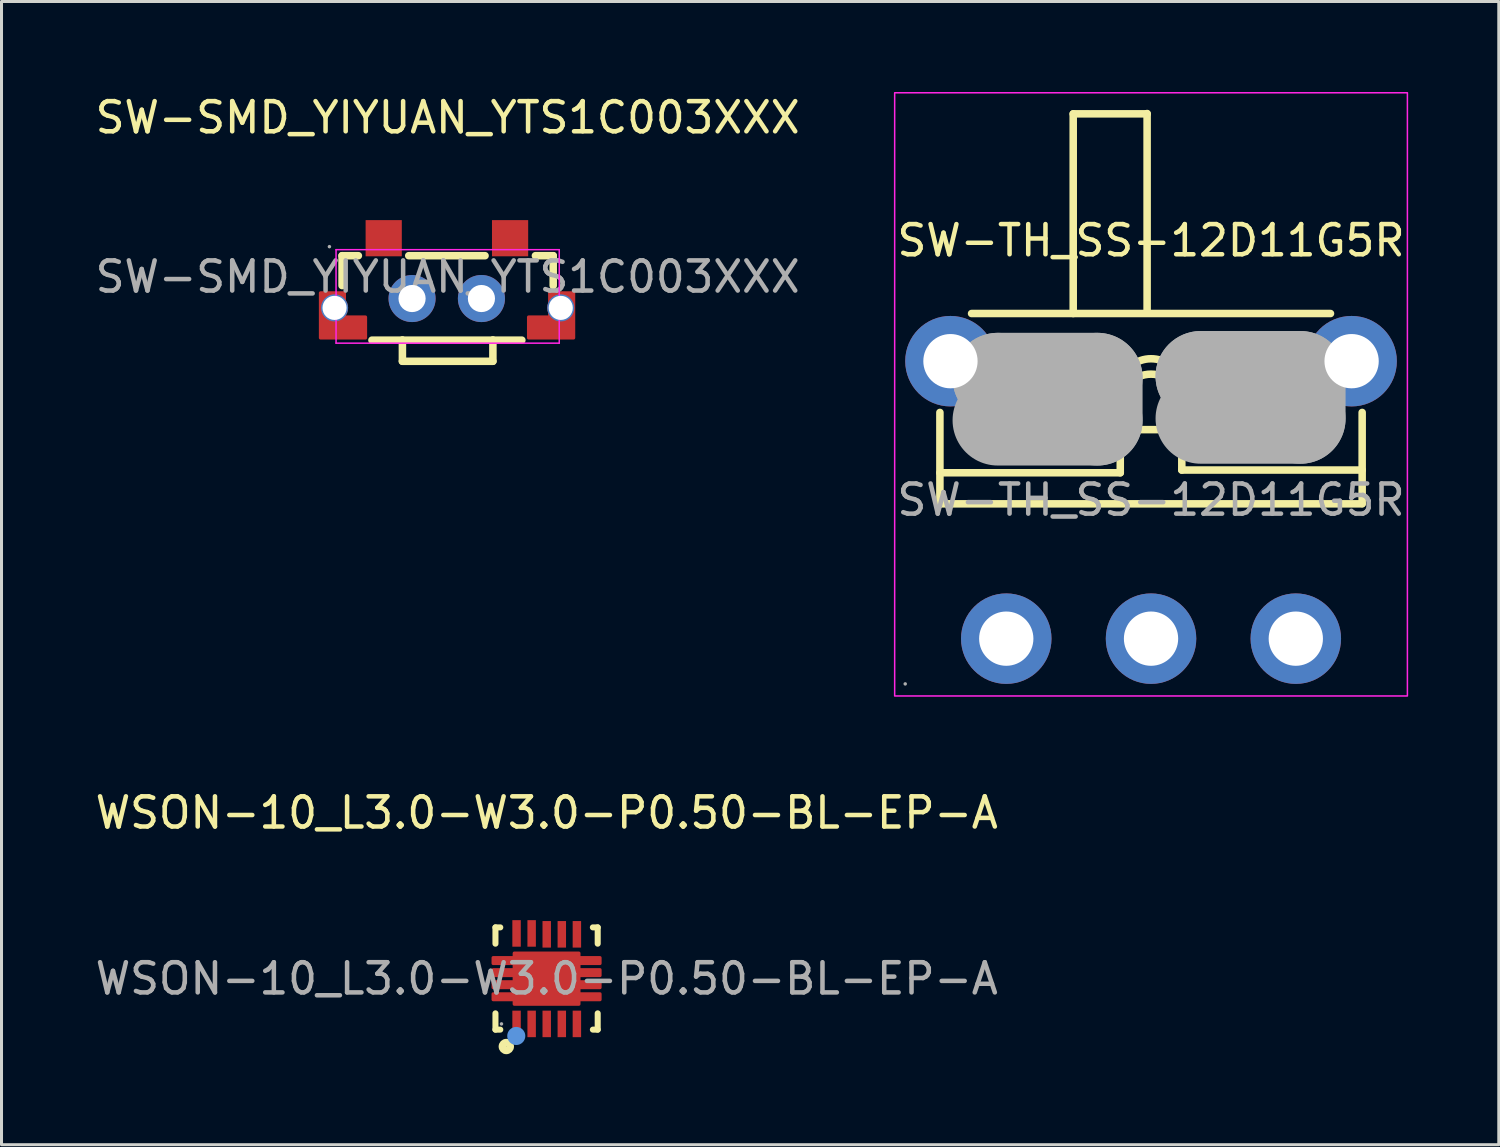
<source format=kicad_pcb>
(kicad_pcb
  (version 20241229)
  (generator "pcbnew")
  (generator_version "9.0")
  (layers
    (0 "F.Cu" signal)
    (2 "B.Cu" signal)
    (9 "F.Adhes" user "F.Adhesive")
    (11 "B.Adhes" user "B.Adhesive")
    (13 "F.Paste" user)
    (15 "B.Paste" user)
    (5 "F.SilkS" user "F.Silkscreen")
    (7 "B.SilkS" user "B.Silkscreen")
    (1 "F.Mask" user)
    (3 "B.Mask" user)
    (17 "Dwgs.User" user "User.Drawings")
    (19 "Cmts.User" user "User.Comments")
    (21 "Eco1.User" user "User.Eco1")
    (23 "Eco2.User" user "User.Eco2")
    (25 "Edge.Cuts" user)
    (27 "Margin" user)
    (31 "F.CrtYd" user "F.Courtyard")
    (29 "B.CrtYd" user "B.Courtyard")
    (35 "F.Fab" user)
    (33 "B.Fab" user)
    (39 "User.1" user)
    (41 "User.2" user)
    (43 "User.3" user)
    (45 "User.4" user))
  (footprint "SW-TH_SS-12D11G5R"
    (layer "F.Cu")
    (at 35.113 13.525)
    (property "Reference" "SW-TH_SS-12D11G5R" (at 0 -8.6 0) (layer "F.SilkS") (effects (font (size 1 1) (thickness 0.15))))
    (attr through_hole)
    (fp_line (start -7 -0.9) (end -1.02 -0.9) (stroke (width 0.25) (type solid)) (layer "F.SilkS"))
    (fp_line (start -7 0.13) (end -7 -2.9) (stroke (width 0.25) (type solid)) (layer "F.SilkS"))
    (fp_line (start -5.95 -6.18) (end 5.95 -6.18) (stroke (width 0.25) (type solid)) (layer "F.SilkS"))
    (fp_line (start -2.58 -12.8) (end -0.13 -12.8) (stroke (width 0.25) (type solid)) (layer "F.SilkS"))
    (fp_line (start -2.58 -6.18) (end -2.58 -12.8) (stroke (width 0.25) (type solid)) (layer "F.SilkS"))
    (fp_line (start -1.02 -3.91) (end -1.02 -3.91) (stroke (width 0.25) (type solid)) (layer "F.SilkS"))
    (fp_line (start -1.02 -2.92) (end -1.02 -3.91) (stroke (width 0.25) (type solid)) (layer "F.SilkS"))
    (fp_line (start -1.02 -2.33) (end 1.02 -2.33) (stroke (width 0.25) (type solid)) (layer "F.SilkS"))
    (fp_line (start -1.02 -0.9) (end -1.02 -3.15) (stroke (width 0.25) (type solid)) (layer "F.SilkS"))
    (fp_line (start -0.13 -6.19) (end -0.13 -12.81) (stroke (width 0.25) (type solid)) (layer "F.SilkS"))
    (fp_line (start 1.02 -3.15) (end 1.02 -0.99) (stroke (width 0.25) (type solid)) (layer "F.SilkS"))
    (fp_line (start 1.02 -2.92) (end 1.02 -3.91) (stroke (width 0.25) (type solid)) (layer "F.SilkS"))
    (fp_line (start 1.02 -0.99) (end 7 -0.99) (stroke (width 0.25) (type solid)) (layer "F.SilkS"))
    (fp_line (start 7 -2.9) (end 7 0.12) (stroke (width 0.25) (type solid)) (layer "F.SilkS"))
    (fp_line (start 7 0.13) (end -7 0.13) (stroke (width 0.25) (type solid)) (layer "F.SilkS"))
    (fp_arc (start -1.020818 -3.907108) (mid -0.001503 -4.680424) (end 1.02 -3.91) (stroke (width 0.25) (type solid)) (layer "F.SilkS"))
    (fp_arc (start -1.02 -3.15) (mid 0 -4.17) (end 1.02 -3.15) (stroke (width 0.25) (type solid)) (layer "F.SilkS"))
    (fp_rect (start -8.5 -13.5) (end 8.5 6.5) (stroke (width 0.05) (type default)) (fill no) (layer "F.CrtYd"))
    (fp_line (start -5.08 -4.04) (end -5.08 -4.04) (stroke (width 3) (type solid)) (layer "F.Fab"))
    (fp_line (start -5.08 -4.04) (end -1.78 -4.04) (stroke (width 3) (type solid)) (layer "F.Fab"))
    (fp_line (start -1.78 -4.04) (end -1.78 -2.64) (stroke (width 3) (type solid)) (layer "F.Fab"))
    (fp_line (start -1.78 -2.64) (end -5.08 -2.64) (stroke (width 3) (type solid)) (layer "F.Fab"))
    (fp_line (start 1.65 -4.1) (end 1.65 -4.1) (stroke (width 3) (type solid)) (layer "F.Fab"))
    (fp_line (start 1.65 -4.1) (end 4.95 -4.1) (stroke (width 3) (type solid)) (layer "F.Fab"))
    (fp_line (start 4.95 -4.1) (end 4.95 -2.7) (stroke (width 3) (type solid)) (layer "F.Fab"))
    (fp_line (start 4.95 -2.7) (end 1.65 -2.7) (stroke (width 3) (type solid)) (layer "F.Fab"))
    (fp_circle (center -8.15 6.1) (end -8.12 6.1) (stroke (width 0.06) (type solid)) (fill no) (layer "F.Fab"))
    (fp_circle (center -6.65 -4.6) (end -6.25 -4.6) (stroke (width 0.8) (type solid)) (fill no) (layer "F.Fab"))
    (fp_circle (center -4.8 4.6) (end -4.4 4.6) (stroke (width 0.8) (type solid)) (fill no) (layer "F.Fab"))
    (fp_circle (center 0 4.6) (end 0.4 4.6) (stroke (width 0.8) (type solid)) (fill no) (layer "F.Fab"))
    (fp_circle (center 4.8 4.6) (end 5.2 4.6) (stroke (width 0.8) (type solid)) (fill no) (layer "F.Fab"))
    (fp_circle (center 6.65 -4.6) (end 7.05 -4.6) (stroke (width 0.8) (type solid)) (fill no) (layer "F.Fab"))
    (fp_text user "${REFERENCE}" (at 0 0 0) (layer "F.Fab") (effects (font (size 1 1) (thickness 0.15))))
    (pad "1" thru_hole circle (at -4.8 4.6) (size 3 3) (drill 1.8) (layers "*.Cu" "*.Mask"))
    (pad "2" thru_hole circle (at 0 4.6) (size 3 3) (drill 1.8) (layers "*.Cu" "*.Mask"))
    (pad "3" thru_hole circle (at 4.8 4.6) (size 3 3) (drill 1.8) (layers "*.Cu" "*.Mask"))
    (pad "4" thru_hole circle (at 6.65 -4.6) (size 3 3) (drill 1.8) (layers "*.Cu" "*.Mask"))
    (pad "5" thru_hole circle (at -6.65 -4.6) (size 3 3) (drill 1.8) (layers "*.Cu" "*.Mask")))
  (footprint "WSON-10_L3.0-W3.0-P0.50-BL-EP-A"
    (layer "F.Cu")
    (at 15.077 29.398)
    (property "Reference" "WSON-10_L3.0-W3.0-P0.50-BL-EP-A" (at 0 -5.5 0) (layer "F.SilkS") (effects (font (size 1 1) (thickness 0.15))))
    (attr smd)
    (fp_line (start -1.7 -1.7) (end -1.54 -1.7) (stroke (width 0.2) (type solid)) (layer "F.SilkS"))
    (fp_line (start -1.7 -1.16) (end -1.7 -1.7) (stroke (width 0.2) (type solid)) (layer "F.SilkS"))
    (fp_line (start -1.7 1.69) (end -1.7 1.15) (stroke (width 0.2) (type solid)) (layer "F.SilkS"))
    (fp_line (start -1.54 1.69) (end -1.7 1.69) (stroke (width 0.2) (type solid)) (layer "F.SilkS"))
    (fp_line (start 1.69 -1.7) (end 1.53 -1.7) (stroke (width 0.2) (type solid)) (layer "F.SilkS"))
    (fp_line (start 1.69 -1.16) (end 1.69 -1.7) (stroke (width 0.2) (type solid)) (layer "F.SilkS"))
    (fp_line (start 1.69 1.15) (end 1.69 1.69) (stroke (width 0.2) (type solid)) (layer "F.SilkS"))
    (fp_line (start 1.69 1.69) (end 1.53 1.69) (stroke (width 0.2) (type solid)) (layer "F.SilkS"))
    (fp_circle (center -1.34 2.25) (end -1.21 2.25) (stroke (width 0.25) (type solid)) (fill no) (layer "F.SilkS"))
    (fp_circle (center -1.01 1.9) (end -0.86 1.9) (stroke (width 0.3) (type solid)) (fill no) (layer "Cmts.User"))
    (fp_circle (center -1.5 1.5) (end -1.47 1.5) (stroke (width 0.06) (type solid)) (fill no) (layer "F.Fab"))
    (fp_text user "${REFERENCE}" (at 0 0 0) (layer "F.Fab") (effects (font (size 1 1) (thickness 0.15))))
    (pad "1" smd rect (at -1 1.5) (size 0.28 0.88) (layers "F.Cu" "F.Mask" "F.Paste"))
    (pad "2" smd rect (at -0.5 1.5) (size 0.28 0.88) (layers "F.Cu" "F.Mask" "F.Paste"))
    (pad "3" smd rect (at 0 1.5) (size 0.28 0.88) (layers "F.Cu" "F.Mask" "F.Paste"))
    (pad "4" smd rect (at 0.5 1.5) (size 0.28 0.88) (layers "F.Cu" "F.Mask" "F.Paste"))
    (pad "5" smd rect (at 1 1.5) (size 0.28 0.88) (layers "F.Cu" "F.Mask" "F.Paste"))
    (pad "6" smd rect (at 1 -1.47) (size 0.28 0.88) (layers "F.Cu" "F.Mask" "F.Paste"))
    (pad "7" smd rect (at 0.5 -1.47) (size 0.28 0.88) (layers "F.Cu" "F.Mask" "F.Paste"))
    (pad "8" smd rect (at 0 -1.47) (size 0.28 0.88) (layers "F.Cu" "F.Mask" "F.Paste"))
    (pad "9" smd rect (at -0.5 -1.5) (size 0.28 0.88) (layers "F.Cu" "F.Mask" "F.Paste"))
    (pad "10" smd rect (at -1 -1.5) (size 0.28 0.88) (layers "F.Cu" "F.Mask" "F.Paste"))
    (pad "11" smd custom (at 0 0) (size 0.01 0.01) (layers "F.Cu" "F.Mask" "F.Paste") (options (anchor circle)) (primitives (gr_poly (pts (xy 1.07 -0.7) (xy 1.07 -0.85) (xy -1.08 -0.85) (xy -1.08 -0.7) (xy -1.78 -0.7) (xy -1.78 -0.5) (xy -1.08 -0.5) (xy -1.08 -0.3) (xy -1.78 -0.3) (xy -1.78 -0.1) (xy -1.08 -0.1) (xy -1.08 0.1) (xy -1.78 0.1) (xy -1.78 0.3) (xy -1.08 0.3) (xy -1.08 0.5) (xy -1.78 0.5) (xy -1.78 0.7) (xy -1.08 0.7) (xy -1.08 0.85) (xy 1.07 0.85) (xy 1.07 0.7) (xy 1.77 0.7) (xy 1.77 0.5) (xy 1.07 0.5) (xy 1.07 0.3) (xy 1.77 0.3) (xy 1.77 0.1) (xy 1.07 0.1) (xy 1.07 -0.1) (xy 1.77 -0.1) (xy 1.77 -0.3) (xy 1.07 -0.3) (xy 1.07 -0.5) (xy 1.77 -0.5) (xy 1.77 -0.7)) (width 0.1) (fill yes)))))
  (footprint "SW-SMD_YIYUAN_YTS1C003XXX"
    (layer "F.Cu")
    (at 11.792 6.128)
    (property "Reference" "SW-SMD_YIYUAN_YTS1C003XXX" (at 0 -5.28 0) (layer "F.SilkS") (effects (font (size 1 1) (thickness 0.15))))
    (attr smd)
    (fp_line (start -3.5 -0.7) (end -3.5 0.29) (stroke (width 0.25) (type solid)) (layer "F.SilkS"))
    (fp_line (start -2.96 -0.7) (end -3.5 -0.7) (stroke (width 0.25) (type solid)) (layer "F.SilkS"))
    (fp_line (start -1.5 2.1) (end -2.51 2.1) (stroke (width 0.25) (type solid)) (layer "F.SilkS"))
    (fp_line (start -1.5 2.1) (end -1.5 2.8) (stroke (width 0.25) (type solid)) (layer "F.SilkS"))
    (fp_line (start -1.5 2.8) (end 1.5 2.8) (stroke (width 0.25) (type solid)) (layer "F.SilkS"))
    (fp_line (start 1.24 -0.7) (end -1.29 -0.7) (stroke (width 0.25) (type solid)) (layer "F.SilkS"))
    (fp_line (start 1.5 2.1) (end -1.5 2.1) (stroke (width 0.25) (type solid)) (layer "F.SilkS"))
    (fp_line (start 1.5 2.1) (end 2.46 2.1) (stroke (width 0.25) (type solid)) (layer "F.SilkS"))
    (fp_line (start 1.5 2.8) (end 1.5 2.1) (stroke (width 0.25) (type solid)) (layer "F.SilkS"))
    (fp_line (start 3.5 -0.7) (end 2.91 -0.7) (stroke (width 0.25) (type solid)) (layer "F.SilkS"))
    (fp_line (start 3.5 -0.7) (end 3.5 0.29) (stroke (width 0.25) (type solid)) (layer "F.SilkS"))
    (fp_circle (center -1.18 0.72) (end -1.03 0.72) (stroke (width 0.3) (type solid)) (fill no) (layer "Cmts.User"))
    (fp_circle (center 1.12 0.72) (end 1.27 0.72) (stroke (width 0.3) (type solid)) (fill no) (layer "Cmts.User"))
    (fp_line (start -3.7 -0.9) (end 3.7 -0.9) (stroke (width 0.05) (type default)) (layer "F.CrtYd"))
    (fp_line (start -3.7 2.2) (end -3.7 -0.9) (stroke (width 0.05) (type default)) (layer "F.CrtYd"))
    (fp_line (start 3.7 -0.9) (end 3.7 2.2) (stroke (width 0.05) (type default)) (layer "F.CrtYd"))
    (fp_line (start 3.7 2.2) (end -3.7 2.2) (stroke (width 0.05) (type default)) (layer "F.CrtYd"))
    (fp_circle (center -3.92 -1) (end -3.89 -1) (stroke (width 0.06) (type solid)) (fill no) (layer "F.Fab"))
    (fp_text user "${REFERENCE}" (at 0 0 0) (layer "F.Fab") (effects (font (size 1 1) (thickness 0.15))))
    (pad "" np_thru_hole circle (at -3.75 1.03 180) (size 0.9 0.9) (drill 0.8) (layers "*.Cu" "*.Mask"))
    (pad "" thru_hole circle (at -1.18 0.72) (size 1.56 1.56) (drill 0.9) (layers "*.Cu" "*.Mask"))
    (pad "" thru_hole circle (at 1.12 0.72) (size 1.561 1.561) (drill 0.9) (layers "*.Cu" "*.Mask"))
    (pad "" np_thru_hole circle (at 3.75 1.03 180) (size 0.9 0.9) (drill 0.8) (layers "*.Cu" "*.Mask"))
    (pad "1" smd rect (at 2.07 -1.28 180) (size 1.2 1.2) (layers "F.Cu" "F.Mask" "F.Paste"))
    (pad "2" smd rect (at -2.12 -1.28 180) (size 1.2 1.2) (layers "F.Cu" "F.Mask" "F.Paste"))
    (pad "x" smd custom (at -3.47 1.28) (size 0.01 0.01) (layers "F.Cu" "F.Mask" "F.Paste") (options (anchor circle)) (primitives (gr_poly (pts (xy -0.75 0.75) (xy -0.75 -0.75) (xy 0.05 -0.75) (xy 0.05 0.05) (xy 0.75 0.05) (xy 0.75 0.75) (xy 0.05 0.75) (xy -0.75 0.75)) (width 0.1) (fill yes))))
    (pad "x" smd custom (at 3.43 1.28) (size 0.01 0.01) (layers "F.Cu" "F.Mask" "F.Paste") (options (anchor circle)) (primitives (gr_poly (pts (xy 0.75 0.75) (xy 0.75 -0.75) (xy -0.05 -0.75) (xy -0.05 0.05) (xy -0.75 0.05) (xy -0.75 0.75) (xy -0.05 0.75) (xy 0.75 0.75)) (width 0.1) (fill yes)))))
  (gr_rect
    (start -3 -3)
    (end 46.643 34.903)
    (stroke (width 0.1) (type default))
    (fill no)
    (layer "Edge.Cuts")))
</source>
